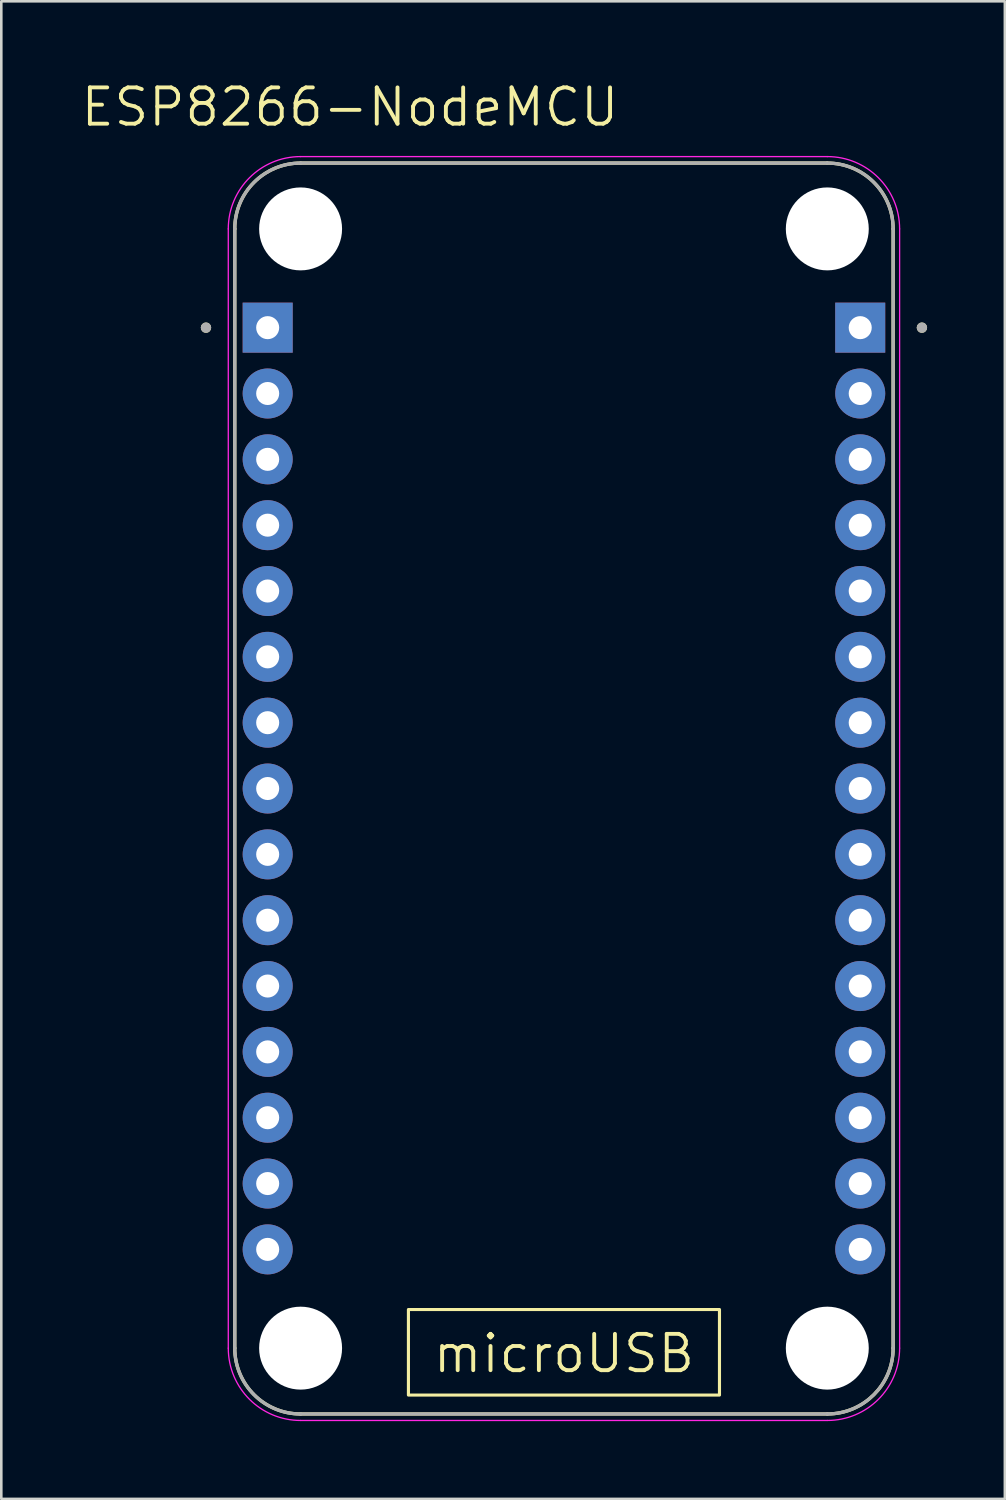
<source format=kicad_pcb>
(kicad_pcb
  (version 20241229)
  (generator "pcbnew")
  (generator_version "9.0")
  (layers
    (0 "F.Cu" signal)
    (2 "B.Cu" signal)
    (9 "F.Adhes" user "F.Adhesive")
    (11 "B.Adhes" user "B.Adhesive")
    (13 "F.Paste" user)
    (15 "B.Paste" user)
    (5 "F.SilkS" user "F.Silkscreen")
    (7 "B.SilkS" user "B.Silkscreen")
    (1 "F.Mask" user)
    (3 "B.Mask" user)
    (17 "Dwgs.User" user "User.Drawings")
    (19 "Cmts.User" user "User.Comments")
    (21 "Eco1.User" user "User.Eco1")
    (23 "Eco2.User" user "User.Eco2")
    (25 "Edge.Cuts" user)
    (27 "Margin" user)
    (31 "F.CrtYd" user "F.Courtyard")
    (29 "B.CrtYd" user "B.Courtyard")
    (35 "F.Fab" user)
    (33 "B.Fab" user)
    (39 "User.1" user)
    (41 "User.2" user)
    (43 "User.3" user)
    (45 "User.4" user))
  (footprint "ESP8266-NodeMCU"
    (layer "F.Cu")
    (at 18.707 27.371)
    (property "Reference" "ESP8266-NodeMCU" (at -8.255 -26.289 0) (layer "F.SilkS") (effects (font (size 1.4 1.4) (thickness 0.15))))
    (attr through_hole)
    (fp_line (start -12.7 21.59) (end -12.7 -21.59) (stroke (width 0.127) (type solid)) (layer "F.SilkS"))
    (fp_line (start -10.16 -24.13) (end 10.16 -24.13) (stroke (width 0.127) (type solid)) (layer "F.SilkS"))
    (fp_line (start 10.16 24.13) (end -10.16 24.13) (stroke (width 0.127) (type solid)) (layer "F.SilkS"))
    (fp_line (start 12.7 -21.59) (end 12.7 21.59) (stroke (width 0.127) (type solid)) (layer "F.SilkS"))
    (fp_rect (start -6 20.1) (end 6 23.4) (stroke (width 0.12) (type solid)) (fill no) (layer "F.SilkS"))
    (fp_arc (start -12.7 -21.59) (mid -11.956051 -23.386051) (end -10.16 -24.13) (stroke (width 0.127) (type solid)) (layer "F.SilkS"))
    (fp_arc (start -10.16 24.13) (mid -11.956051 23.386051) (end -12.7 21.59) (stroke (width 0.127) (type solid)) (layer "F.SilkS"))
    (fp_arc (start 10.16 -24.13) (mid 11.956051 -23.386051) (end 12.7 -21.59) (stroke (width 0.127) (type solid)) (layer "F.SilkS"))
    (fp_arc (start 12.7 21.59) (mid 11.956051 23.386051) (end 10.16 24.13) (stroke (width 0.127) (type solid)) (layer "F.SilkS"))
    (fp_circle (center -13.81 -17.78) (end -13.71 -17.78) (stroke (width 0.2) (type solid)) (fill no) (layer "F.SilkS"))
    (fp_circle (center 13.81 -17.78) (end 13.91 -17.78) (stroke (width 0.2) (type solid)) (fill no) (layer "F.SilkS"))
    (fp_line (start -12.95 21.59) (end -12.95 -21.59) (stroke (width 0.05) (type solid)) (layer "F.CrtYd"))
    (fp_line (start -10.16 -24.38) (end 10.16 -24.38) (stroke (width 0.05) (type solid)) (layer "F.CrtYd"))
    (fp_line (start 10.16 24.38) (end -10.16 24.38) (stroke (width 0.05) (type solid)) (layer "F.CrtYd"))
    (fp_line (start 12.95 -21.59) (end 12.95 21.59) (stroke (width 0.05) (type solid)) (layer "F.CrtYd"))
    (fp_arc (start -12.95 -21.59) (mid -12.132828 -23.562828) (end -10.16 -24.38) (stroke (width 0.05) (type solid)) (layer "F.CrtYd"))
    (fp_arc (start -10.16 24.38) (mid -12.132828 23.562828) (end -12.95 21.59) (stroke (width 0.05) (type solid)) (layer "F.CrtYd"))
    (fp_arc (start 10.16 -24.38) (mid 12.132828 -23.562828) (end 12.95 -21.59) (stroke (width 0.05) (type solid)) (layer "F.CrtYd"))
    (fp_arc (start 12.95 21.59) (mid 12.132828 23.562828) (end 10.16 24.38) (stroke (width 0.05) (type solid)) (layer "F.CrtYd"))
    (fp_line (start -12.7 21.59) (end -12.7 -21.59) (stroke (width 0.127) (type solid)) (layer "F.Fab"))
    (fp_line (start -10.16 -24.13) (end 10.16 -24.13) (stroke (width 0.127) (type solid)) (layer "F.Fab"))
    (fp_line (start 10.16 24.13) (end -10.16 24.13) (stroke (width 0.127) (type solid)) (layer "F.Fab"))
    (fp_line (start 12.7 -21.59) (end 12.7 21.59) (stroke (width 0.127) (type solid)) (layer "F.Fab"))
    (fp_arc (start -12.7 -21.59) (mid -11.956051 -23.386051) (end -10.16 -24.13) (stroke (width 0.127) (type solid)) (layer "F.Fab"))
    (fp_arc (start -10.16 24.13) (mid -11.956051 23.386051) (end -12.7 21.59) (stroke (width 0.127) (type solid)) (layer "F.Fab"))
    (fp_arc (start 10.16 -24.13) (mid 11.956051 -23.386051) (end 12.7 -21.59) (stroke (width 0.127) (type solid)) (layer "F.Fab"))
    (fp_arc (start 12.7 21.59) (mid 11.956051 23.386051) (end 10.16 24.13) (stroke (width 0.127) (type solid)) (layer "F.Fab"))
    (fp_circle (center -13.81 -17.78) (end -13.71 -17.78) (stroke (width 0.2) (type solid)) (fill no) (layer "F.Fab"))
    (fp_circle (center 13.81 -17.78) (end 13.91 -17.78) (stroke (width 0.2) (type solid)) (fill no) (layer "F.Fab"))
    (fp_text user "microUSB" (at 0 21.8 0) (unlocked yes) (layer "F.SilkS") (effects (font (size 1.4 1.4) (thickness 0.15))))
    (pad "" np_thru_hole circle (at -10.16 -21.59) (size 3.2 3.2) (drill 3.2) (layers "*.Cu" "*.Mask"))
    (pad "" np_thru_hole circle (at -10.16 21.59) (size 3.2 3.2) (drill 3.2) (layers "*.Cu" "*.Mask"))
    (pad "" np_thru_hole circle (at 10.16 -21.59) (size 3.2 3.2) (drill 3.2) (layers "*.Cu" "*.Mask"))
    (pad "" np_thru_hole circle (at 10.16 21.59) (size 3.2 3.2) (drill 3.2) (layers "*.Cu" "*.Mask"))
    (pad "J1_1" thru_hole rect (at -11.43 -17.78) (size 1.93 1.93) (drill 0.889) (layers "*.Cu" "*.Mask"))
    (pad "J1_2" thru_hole circle (at -11.43 -15.24) (size 1.93 1.93) (drill 0.889) (layers "*.Cu" "*.Mask"))
    (pad "J1_3" thru_hole circle (at -11.43 -12.7) (size 1.93 1.93) (drill 0.889) (layers "*.Cu" "*.Mask"))
    (pad "J1_4" thru_hole circle (at -11.43 -10.16) (size 1.93 1.93) (drill 0.889) (layers "*.Cu" "*.Mask"))
    (pad "J1_5" thru_hole circle (at -11.43 -7.62) (size 1.93 1.93) (drill 0.889) (layers "*.Cu" "*.Mask"))
    (pad "J1_6" thru_hole circle (at -11.43 -5.08) (size 1.93 1.93) (drill 0.889) (layers "*.Cu" "*.Mask"))
    (pad "J1_7" thru_hole circle (at -11.43 -2.54) (size 1.93 1.93) (drill 0.889) (layers "*.Cu" "*.Mask"))
    (pad "J1_8" thru_hole circle (at -11.43 0) (size 1.93 1.93) (drill 0.889) (layers "*.Cu" "*.Mask"))
    (pad "J1_9" thru_hole circle (at -11.43 2.54) (size 1.93 1.93) (drill 0.889) (layers "*.Cu" "*.Mask"))
    (pad "J1_10" thru_hole circle (at -11.43 5.08) (size 1.93 1.93) (drill 0.889) (layers "*.Cu" "*.Mask"))
    (pad "J1_11" thru_hole circle (at -11.43 7.62) (size 1.93 1.93) (drill 0.889) (layers "*.Cu" "*.Mask"))
    (pad "J1_12" thru_hole circle (at -11.43 10.16) (size 1.93 1.93) (drill 0.889) (layers "*.Cu" "*.Mask"))
    (pad "J1_13" thru_hole circle (at -11.43 12.7) (size 1.93 1.93) (drill 0.889) (layers "*.Cu" "*.Mask"))
    (pad "J1_14" thru_hole circle (at -11.43 15.24) (size 1.93 1.93) (drill 0.889) (layers "*.Cu" "*.Mask"))
    (pad "J1_15" thru_hole circle (at -11.43 17.78) (size 1.93 1.93) (drill 0.889) (layers "*.Cu" "*.Mask"))
    (pad "J2_1" thru_hole rect (at 11.43 -17.78) (size 1.93 1.93) (drill 0.889) (layers "*.Cu" "*.Mask"))
    (pad "J2_2" thru_hole circle (at 11.43 -15.24) (size 1.93 1.93) (drill 0.889) (layers "*.Cu" "*.Mask"))
    (pad "J2_3" thru_hole circle (at 11.43 -12.7) (size 1.93 1.93) (drill 0.889) (layers "*.Cu" "*.Mask"))
    (pad "J2_4" thru_hole circle (at 11.43 -10.16) (size 1.93 1.93) (drill 0.889) (layers "*.Cu" "*.Mask"))
    (pad "J2_5" thru_hole circle (at 11.43 -7.62) (size 1.93 1.93) (drill 0.889) (layers "*.Cu" "*.Mask"))
    (pad "J2_6" thru_hole circle (at 11.43 -5.08) (size 1.93 1.93) (drill 0.889) (layers "*.Cu" "*.Mask"))
    (pad "J2_7" thru_hole circle (at 11.43 -2.54) (size 1.93 1.93) (drill 0.889) (layers "*.Cu" "*.Mask"))
    (pad "J2_8" thru_hole circle (at 11.43 0) (size 1.93 1.93) (drill 0.889) (layers "*.Cu" "*.Mask"))
    (pad "J2_9" thru_hole circle (at 11.43 2.54) (size 1.93 1.93) (drill 0.889) (layers "*.Cu" "*.Mask"))
    (pad "J2_10" thru_hole circle (at 11.43 5.08) (size 1.93 1.93) (drill 0.889) (layers "*.Cu" "*.Mask"))
    (pad "J2_11" thru_hole circle (at 11.43 7.62) (size 1.93 1.93) (drill 0.889) (layers "*.Cu" "*.Mask"))
    (pad "J2_12" thru_hole circle (at 11.43 10.16) (size 1.93 1.93) (drill 0.889) (layers "*.Cu" "*.Mask"))
    (pad "J2_13" thru_hole circle (at 11.43 12.7) (size 1.93 1.93) (drill 0.889) (layers "*.Cu" "*.Mask"))
    (pad "J2_14" thru_hole circle (at 11.43 15.24) (size 1.93 1.93) (drill 0.889) (layers "*.Cu" "*.Mask"))
    (pad "J2_15" thru_hole circle (at 11.43 17.78) (size 1.93 1.93) (drill 0.889) (layers "*.Cu" "*.Mask")))
  (gr_rect
    (start -3 -3)
    (end 35.717 54.776)
    (stroke (width 0.1) (type default))
    (fill no)
    (layer "Edge.Cuts")))
</source>
